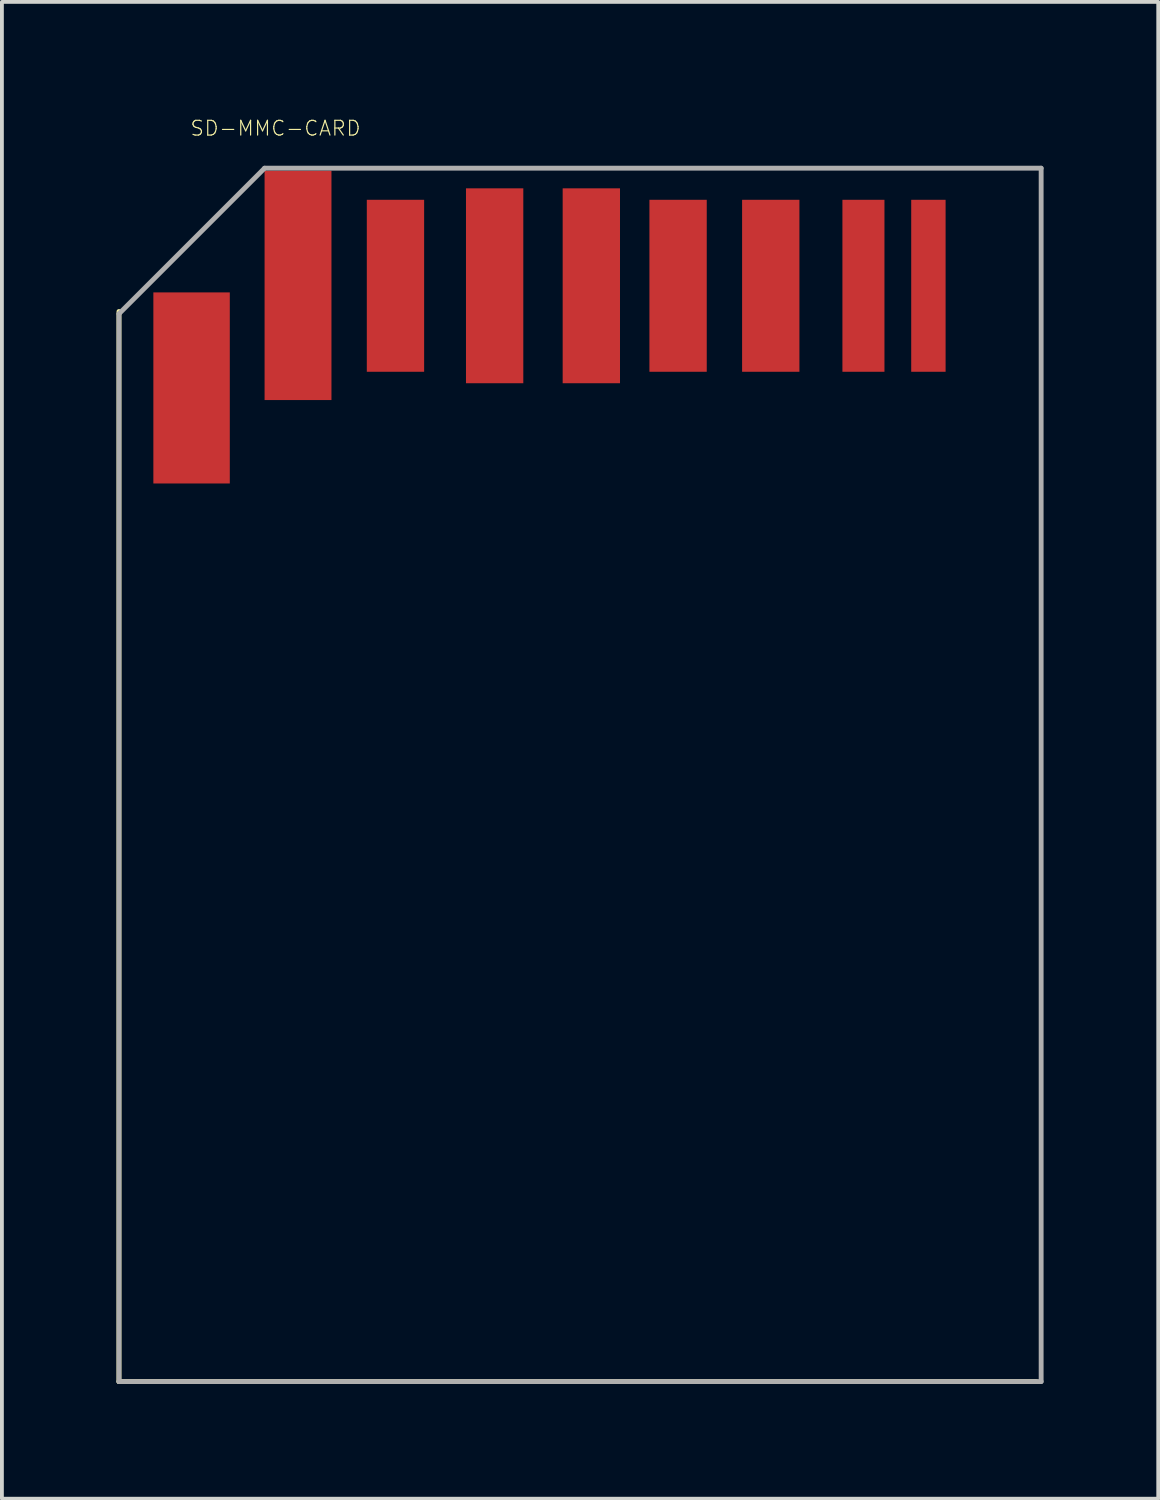
<source format=kicad_pcb>
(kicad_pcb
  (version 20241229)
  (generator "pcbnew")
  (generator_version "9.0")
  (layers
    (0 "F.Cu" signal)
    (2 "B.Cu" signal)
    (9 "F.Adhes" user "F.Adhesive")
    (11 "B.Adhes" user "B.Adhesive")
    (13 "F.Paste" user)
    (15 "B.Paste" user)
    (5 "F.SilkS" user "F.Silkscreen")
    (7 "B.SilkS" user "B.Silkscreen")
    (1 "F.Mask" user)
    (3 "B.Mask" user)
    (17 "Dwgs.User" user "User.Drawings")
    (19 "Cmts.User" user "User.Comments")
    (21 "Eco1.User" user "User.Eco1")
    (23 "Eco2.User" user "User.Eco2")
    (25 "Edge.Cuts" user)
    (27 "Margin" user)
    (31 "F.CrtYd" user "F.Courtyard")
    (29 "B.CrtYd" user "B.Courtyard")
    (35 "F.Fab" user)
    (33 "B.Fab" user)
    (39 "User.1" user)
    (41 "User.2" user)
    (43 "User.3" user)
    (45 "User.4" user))
  (footprint "SD-MMC-CARD"
    (layer "F.Cu")
    (at 11.493 19.131)
    (property "Reference" "SD-MMC-CARD" (at -5.08 -19.05 180) (layer "F.SilkS") (effects (font (size 0.386 0.386) (thickness 0.031)) (justify right top)))
    (attr through_hole)
    (fp_line (start -11.43 -14.03) (end -11.43 13.97) (stroke (width 0.127) (type solid)) (layer "F.SilkS"))
    (fp_line (start -11.43 13.97) (end 12.57 13.97) (stroke (width 0.127) (type solid)) (layer "F.SilkS"))
    (fp_line (start -11.43 -13.97) (end -7.62 -17.78) (stroke (width 0.127) (type solid)) (layer "F.Fab"))
    (fp_line (start -11.43 13.97) (end -11.43 -13.97) (stroke (width 0.127) (type solid)) (layer "F.Fab"))
    (fp_line (start -7.62 -17.78) (end 12.7 -17.78) (stroke (width 0.127) (type solid)) (layer "F.Fab"))
    (fp_line (start 12.7 -17.78) (end 12.7 13.97) (stroke (width 0.127) (type solid)) (layer "F.Fab"))
    (fp_line (start 12.7 13.97) (end -11.43 13.97) (stroke (width 0.127) (type solid)) (layer "F.Fab"))
    (pad "1" smd rect (at -6.745 -14.713 180) (size 1.75 6) (layers "F.Cu" "F.Mask" "F.Paste"))
    (pad "2" smd rect (at -4.195 -14.703 180) (size 1.5 4.5) (layers "F.Cu" "F.Mask" "F.Paste"))
    (pad "3" smd rect (at -1.6 -14.703 180) (size 1.5 5.1) (layers "F.Cu" "F.Mask" "F.Paste"))
    (pad "4" smd rect (at 0.93 -14.703 180) (size 1.5 5.1) (layers "F.Cu" "F.Mask" "F.Paste"))
    (pad "5" smd rect (at 3.2 -14.703 180) (size 1.5 4.5) (layers "F.Cu" "F.Mask" "F.Paste"))
    (pad "6" smd rect (at 5.625 -14.703 180) (size 1.5 4.5) (layers "F.Cu" "F.Mask" "F.Paste"))
    (pad "7" smd rect (at 8.05 -14.703 180) (size 1.1 4.5) (layers "F.Cu" "F.Mask" "F.Paste"))
    (pad "8" smd rect (at 9.75 -14.703 180) (size 0.9 4.5) (layers "F.Cu" "F.Mask" "F.Paste"))
    (pad "9" smd rect (at -9.53 -12.03 180) (size 2 5) (layers "F.Cu" "F.Mask" "F.Paste")))
  (gr_rect
    (start -3 -3)
    (end 27.257 36.165)
    (stroke (width 0.1) (type default))
    (fill no)
    (layer "Edge.Cuts")))
</source>
